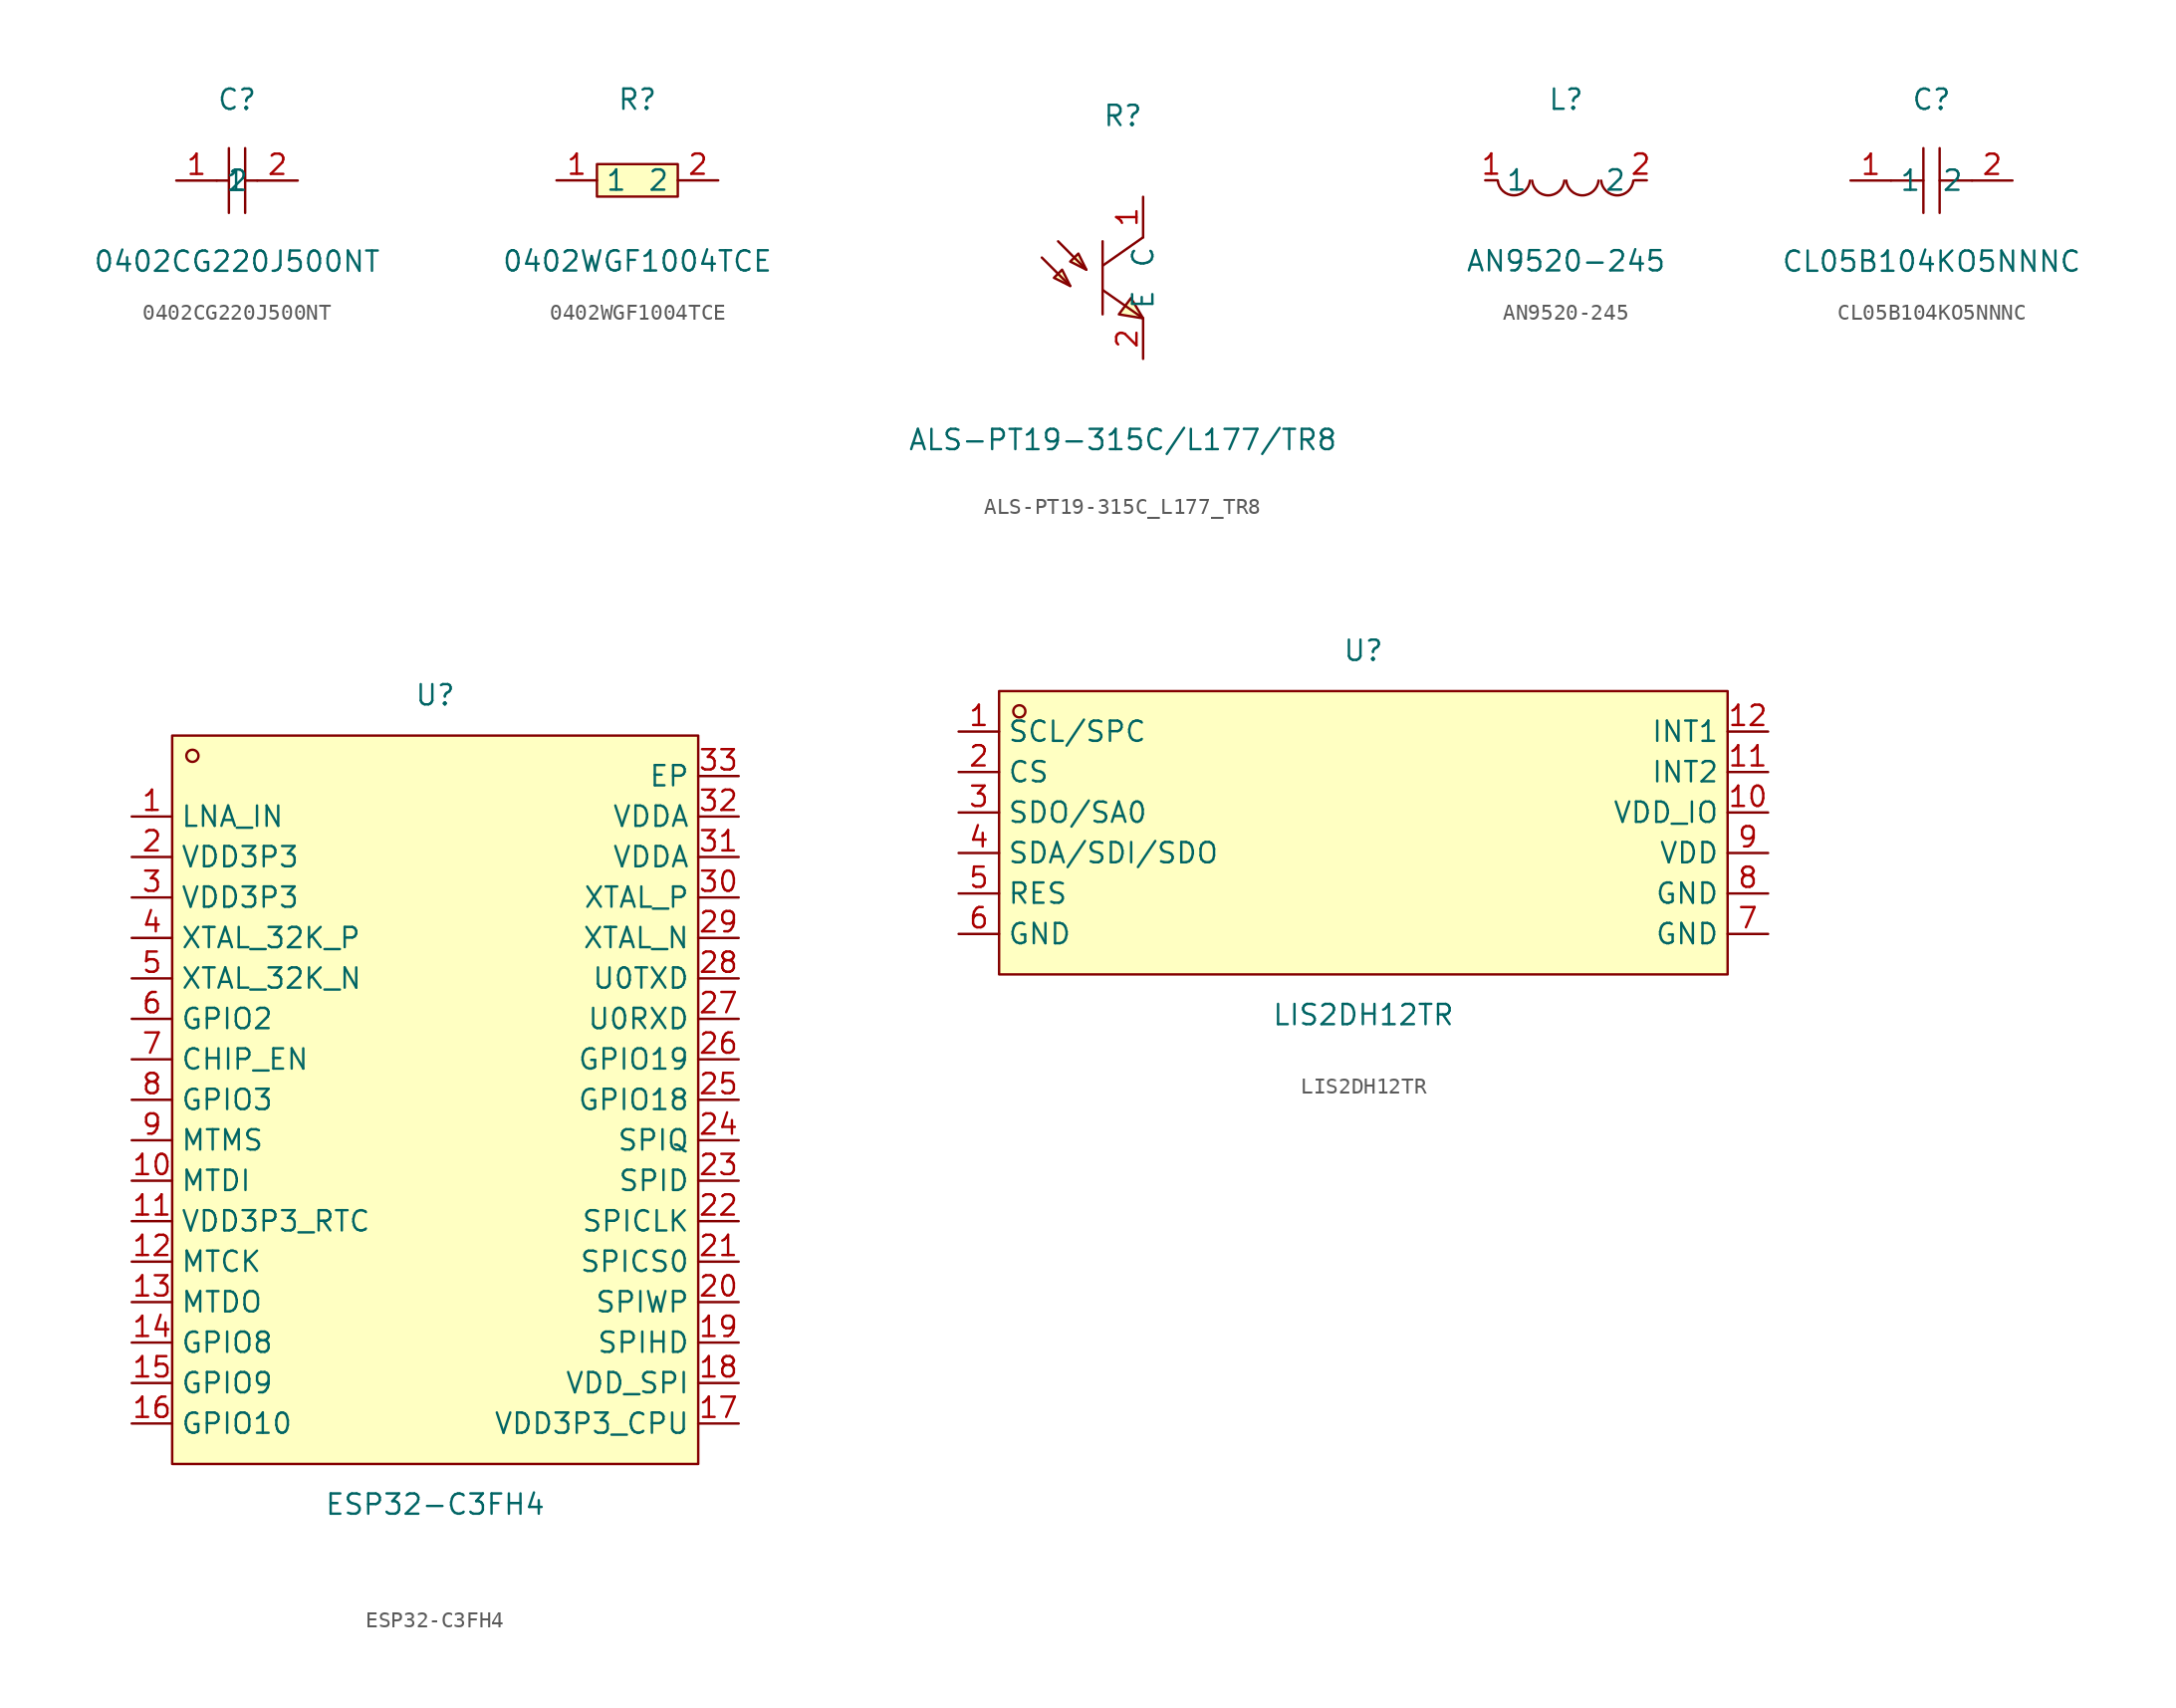
<source format=kicad_sym>
(kicad_symbol_lib
  (version 20211014)
  (generator https://github.com/uPesy/easyeda2kicad.py)
  (symbol "0402CG220J500NT"
    (property "Reference" "C"
      (at 0 5.08 0)
      (effects (font (size 1.27 1.27))))
    (property "Value" "0402CG220J500NT"
      (at 0 -5.08 0)
      (effects (font (size 1.27 1.27))))
    (symbol "0402CG220J500NT_0_1"
      (polyline (pts (xy -0.51 2.03) (xy -0.51 -2.03)) (stroke (width 0) (type default) (color 0 0 0 0)) (fill (type none)))
      (polyline (pts (xy 0.51 2.03) (xy 0.51 -2.03)) (stroke (width 0) (type default) (color 0 0 0 0)) (fill (type none)))
      (polyline (pts (xy -1.27 -0.00) (xy -0.51 -0.00)) (stroke (width 0) (type default) (color 0 0 0 0)) (fill (type none)))
      (polyline (pts (xy 0.51 -0.00) (xy 1.27 -0.00)) (stroke (width 0) (type default) (color 0 0 0 0)) (fill (type none)))
      (pin input line (at -3.81 -0.00 0) (length 2.54) (name "1" (effects (font (size 1.27 1.27)))) (number "1" (effects (font (size 1.27 1.27)))))
      (pin input line (at 3.81 -0.00 180) (length 2.54) (name "2" (effects (font (size 1.27 1.27)))) (number "2" (effects (font (size 1.27 1.27)))))))
  (symbol "0402WGF1004TCE"
    (property "Reference" "R"
      (at 0 5.08 0)
      (effects (font (size 1.27 1.27))))
    (property "Value" "0402WGF1004TCE"
      (at 0 -5.08 0)
      (effects (font (size 1.27 1.27))))
    (symbol "0402WGF1004TCE_0_1"
      (rectangle (start -2.54 1.02) (end 2.54 -1.02) (stroke (width 0) (type default) (color 0 0 0 0)) (fill (type background)))
      (pin input line (at 5.08 -0.00 180) (length 2.54) (name "2" (effects (font (size 1.27 1.27)))) (number "2" (effects (font (size 1.27 1.27)))))
      (pin input line (at -5.08 -0.00 0) (length 2.54) (name "1" (effects (font (size 1.27 1.27)))) (number "1" (effects (font (size 1.27 1.27)))))))
  (symbol "ALS-PT19-315C_L177_TR8"
    (property "Reference" "R"
      (at 0 10.16 0)
      (effects (font (size 1.27 1.27))))
    (property "Value" "ALS-PT19-315C/L177/TR8"
      (at 0 -10.16 0)
      (effects (font (size 1.27 1.27))))
    (symbol "ALS-PT19-315C_L177_TR8_0_1"
      (polyline (pts (xy -4.06 2.29) (xy -2.29 0.51)) (stroke (width 0) (type default) (color 0 0 0 0)) (fill (type none)))
      (polyline (pts (xy -5.08 1.27) (xy -3.30 -0.51)) (stroke (width 0) (type default) (color 0 0 0 0)) (fill (type none)))
      (polyline (pts (xy -1.27 2.29) (xy -1.27 -2.29)) (stroke (width 0) (type default) (color 0 0 0 0)) (fill (type none)))
      (polyline (pts (xy -1.27 -0.76) (xy 1.27 -2.54)) (stroke (width 0) (type default) (color 0 0 0 0)) (fill (type none)))
      (polyline (pts (xy 1.27 2.54) (xy -1.27 0.76)) (stroke (width 0) (type default) (color 0 0 0 0)) (fill (type none)))
      (polyline (pts (xy -2.29 0.51) (xy -2.79 1.52) (xy -3.30 1.02) (xy -2.29 0.51)) (stroke (width 0) (type default) (color 0 0 0 0)) (fill (type background)))
      (polyline (pts (xy -3.30 -0.51) (xy -3.81 0.51) (xy -4.32 -0.00) (xy -3.30 -0.51)) (stroke (width 0) (type default) (color 0 0 0 0)) (fill (type background)))
      (polyline (pts (xy 1.27 -2.54) (xy 0.51 -1.27) (xy -0.25 -2.29) (xy 1.27 -2.54)) (stroke (width 0) (type default) (color 0 0 0 0)) (fill (type background)))
      (pin input line (at 1.27 -5.08 90) (length 2.54) (name "E" (effects (font (size 1.27 1.27)))) (number "2" (effects (font (size 1.27 1.27)))))
      (pin input line (at 1.27 5.08 270) (length 2.54) (name "C" (effects (font (size 1.27 1.27)))) (number "1" (effects (font (size 1.27 1.27)))))))
  (symbol "AN9520-245"
    (property "Reference" "L"
      (at 0 5.08 0)
      (effects (font (size 1.27 1.27))))
    (property "Value" "AN9520-245"
      (at 0 -5.08 0)
      (effects (font (size 1.27 1.27))))
    (symbol "AN9520-245_0_1"
      (arc (start -4.29 -0.02) (mid -2.81 -1.01) (end -2.27 -0.02) (stroke (width 0) (type default) (color 0 0 0 0)) (fill (type none)))
      (arc (start -2.13 -0.02) (mid -0.66 -1.01) (end -0.11 -0.02) (stroke (width 0) (type default) (color 0 0 0 0)) (fill (type none)))
      (arc (start 0.02 -0.02) (mid 1.49 -1.01) (end 2.04 -0.02) (stroke (width 0) (type default) (color 0 0 0 0)) (fill (type none)))
      (arc (start 2.21 -0.02) (mid 3.68 -1.01) (end 4.23 -0.02) (stroke (width 0) (type default) (color 0 0 0 0)) (fill (type none)))
      (pin unspecified line (at 5.08 -0.00 180) (length 0.762) (name "2" (effects (font (size 1.27 1.27)))) (number "2" (effects (font (size 1.27 1.27)))))
      (pin unspecified line (at -5.08 -0.00 0) (length 0.762) (name "1" (effects (font (size 1.27 1.27)))) (number "1" (effects (font (size 1.27 1.27)))))))
  (symbol "CL05B104KO5NNNC"
    (property "Reference" "C"
      (at 0 5.08 0)
      (effects (font (size 1.27 1.27))))
    (property "Value" "CL05B104KO5NNNC"
      (at 0 -5.08 0)
      (effects (font (size 1.27 1.27))))
    (symbol "CL05B104KO5NNNC_0_1"
      (polyline (pts (xy -0.51 -0.00) (xy -2.54 -0.00)) (stroke (width 0) (type default) (color 0 0 0 0)) (fill (type none)))
      (polyline (pts (xy 0.51 2.03) (xy 0.51 -2.03)) (stroke (width 0) (type default) (color 0 0 0 0)) (fill (type none)))
      (polyline (pts (xy 2.54 -0.00) (xy 0.51 -0.00)) (stroke (width 0) (type default) (color 0 0 0 0)) (fill (type none)))
      (polyline (pts (xy -0.51 -2.03) (xy -0.51 2.03)) (stroke (width 0) (type default) (color 0 0 0 0)) (fill (type none)))
      (pin unspecified line (at 5.08 -0.00 180) (length 2.54) (name "2" (effects (font (size 1.27 1.27)))) (number "2" (effects (font (size 1.27 1.27)))))
      (pin unspecified line (at -5.08 -0.00 0) (length 2.54) (name "1" (effects (font (size 1.27 1.27)))) (number "1" (effects (font (size 1.27 1.27)))))))
  (symbol "ESP32-C3FH4"
    (property "Reference" "U"
      (at 0 25.40 0)
      (effects (font (size 1.27 1.27))))
    (property "Value" "ESP32-C3FH4"
      (at 0 -25.40 0)
      (effects (font (size 1.27 1.27))))
    (symbol "ESP32-C3FH4_0_1"
      (rectangle (start -16.51 22.86) (end 16.51 -22.86) (stroke (width 0) (type default) (color 0 0 0 0)) (fill (type background)))
      (circle (center -15.24 21.59) (radius 0.38) (stroke (width 0) (type default) (color 0 0 0 0)) (fill (type none)))
      (pin unspecified line (at -19.05 17.78 0) (length 2.54) (name "LNA_IN" (effects (font (size 1.27 1.27)))) (number "1" (effects (font (size 1.27 1.27)))))
      (pin unspecified line (at -19.05 15.24 0) (length 2.54) (name "VDD3P3" (effects (font (size 1.27 1.27)))) (number "2" (effects (font (size 1.27 1.27)))))
      (pin unspecified line (at -19.05 12.70 0) (length 2.54) (name "VDD3P3" (effects (font (size 1.27 1.27)))) (number "3" (effects (font (size 1.27 1.27)))))
      (pin unspecified line (at -19.05 10.16 0) (length 2.54) (name "XTAL_32K_P" (effects (font (size 1.27 1.27)))) (number "4" (effects (font (size 1.27 1.27)))))
      (pin unspecified line (at -19.05 7.62 0) (length 2.54) (name "XTAL_32K_N" (effects (font (size 1.27 1.27)))) (number "5" (effects (font (size 1.27 1.27)))))
      (pin unspecified line (at -19.05 5.08 0) (length 2.54) (name "GPIO2" (effects (font (size 1.27 1.27)))) (number "6" (effects (font (size 1.27 1.27)))))
      (pin unspecified line (at -19.05 2.54 0) (length 2.54) (name "CHIP_EN" (effects (font (size 1.27 1.27)))) (number "7" (effects (font (size 1.27 1.27)))))
      (pin unspecified line (at -19.05 -0.00 0) (length 2.54) (name "GPIO3" (effects (font (size 1.27 1.27)))) (number "8" (effects (font (size 1.27 1.27)))))
      (pin unspecified line (at -19.05 -2.54 0) (length 2.54) (name "MTMS" (effects (font (size 1.27 1.27)))) (number "9" (effects (font (size 1.27 1.27)))))
      (pin unspecified line (at -19.05 -5.08 0) (length 2.54) (name "MTDI" (effects (font (size 1.27 1.27)))) (number "10" (effects (font (size 1.27 1.27)))))
      (pin unspecified line (at -19.05 -7.62 0) (length 2.54) (name "VDD3P3_RTC" (effects (font (size 1.27 1.27)))) (number "11" (effects (font (size 1.27 1.27)))))
      (pin unspecified line (at -19.05 -10.16 0) (length 2.54) (name "MTCK" (effects (font (size 1.27 1.27)))) (number "12" (effects (font (size 1.27 1.27)))))
      (pin unspecified line (at -19.05 -12.70 0) (length 2.54) (name "MTDO" (effects (font (size 1.27 1.27)))) (number "13" (effects (font (size 1.27 1.27)))))
      (pin unspecified line (at -19.05 -15.24 0) (length 2.54) (name "GPIO8" (effects (font (size 1.27 1.27)))) (number "14" (effects (font (size 1.27 1.27)))))
      (pin unspecified line (at -19.05 -17.78 0) (length 2.54) (name "GPIO9" (effects (font (size 1.27 1.27)))) (number "15" (effects (font (size 1.27 1.27)))))
      (pin unspecified line (at -19.05 -20.32 0) (length 2.54) (name "GPIO10" (effects (font (size 1.27 1.27)))) (number "16" (effects (font (size 1.27 1.27)))))
      (pin unspecified line (at 19.05 -20.32 180) (length 2.54) (name "VDD3P3_CPU" (effects (font (size 1.27 1.27)))) (number "17" (effects (font (size 1.27 1.27)))))
      (pin unspecified line (at 19.05 -17.78 180) (length 2.54) (name "VDD_SPI" (effects (font (size 1.27 1.27)))) (number "18" (effects (font (size 1.27 1.27)))))
      (pin unspecified line (at 19.05 -15.24 180) (length 2.54) (name "SPIHD" (effects (font (size 1.27 1.27)))) (number "19" (effects (font (size 1.27 1.27)))))
      (pin unspecified line (at 19.05 -12.70 180) (length 2.54) (name "SPIWP" (effects (font (size 1.27 1.27)))) (number "20" (effects (font (size 1.27 1.27)))))
      (pin unspecified line (at 19.05 -10.16 180) (length 2.54) (name "SPICS0" (effects (font (size 1.27 1.27)))) (number "21" (effects (font (size 1.27 1.27)))))
      (pin unspecified line (at 19.05 -7.62 180) (length 2.54) (name "SPICLK" (effects (font (size 1.27 1.27)))) (number "22" (effects (font (size 1.27 1.27)))))
      (pin unspecified line (at 19.05 -5.08 180) (length 2.54) (name "SPID" (effects (font (size 1.27 1.27)))) (number "23" (effects (font (size 1.27 1.27)))))
      (pin unspecified line (at 19.05 -2.54 180) (length 2.54) (name "SPIQ" (effects (font (size 1.27 1.27)))) (number "24" (effects (font (size 1.27 1.27)))))
      (pin unspecified line (at 19.05 -0.00 180) (length 2.54) (name "GPIO18" (effects (font (size 1.27 1.27)))) (number "25" (effects (font (size 1.27 1.27)))))
      (pin unspecified line (at 19.05 2.54 180) (length 2.54) (name "GPIO19" (effects (font (size 1.27 1.27)))) (number "26" (effects (font (size 1.27 1.27)))))
      (pin unspecified line (at 19.05 5.08 180) (length 2.54) (name "U0RXD" (effects (font (size 1.27 1.27)))) (number "27" (effects (font (size 1.27 1.27)))))
      (pin unspecified line (at 19.05 7.62 180) (length 2.54) (name "U0TXD" (effects (font (size 1.27 1.27)))) (number "28" (effects (font (size 1.27 1.27)))))
      (pin unspecified line (at 19.05 10.16 180) (length 2.54) (name "XTAL_N" (effects (font (size 1.27 1.27)))) (number "29" (effects (font (size 1.27 1.27)))))
      (pin unspecified line (at 19.05 12.70 180) (length 2.54) (name "XTAL_P" (effects (font (size 1.27 1.27)))) (number "30" (effects (font (size 1.27 1.27)))))
      (pin unspecified line (at 19.05 15.24 180) (length 2.54) (name "VDDA" (effects (font (size 1.27 1.27)))) (number "31" (effects (font (size 1.27 1.27)))))
      (pin unspecified line (at 19.05 17.78 180) (length 2.54) (name "VDDA" (effects (font (size 1.27 1.27)))) (number "32" (effects (font (size 1.27 1.27)))))
      (pin unspecified line (at 19.05 20.32 180) (length 2.54) (name "EP" (effects (font (size 1.27 1.27)))) (number "33" (effects (font (size 1.27 1.27)))))))
  (symbol "LIS2DH12TR"
    (property "Reference" "U"
      (at 0 11.43 0)
      (effects (font (size 1.27 1.27))))
    (property "Value" "LIS2DH12TR"
      (at 0 -11.43 0)
      (effects (font (size 1.27 1.27))))
    (symbol "LIS2DH12TR_0_1"
      (rectangle (start -22.86 8.89) (end 22.86 -8.89) (stroke (width 0) (type default) (color 0 0 0 0)) (fill (type background)))
      (circle (center -21.59 7.62) (radius 0.38) (stroke (width 0) (type default) (color 0 0 0 0)) (fill (type none)))
      (pin unspecified line (at -25.40 6.35 0) (length 2.54) (name "SCL/SPC" (effects (font (size 1.27 1.27)))) (number "1" (effects (font (size 1.27 1.27)))))
      (pin unspecified line (at -25.40 3.81 0) (length 2.54) (name "CS" (effects (font (size 1.27 1.27)))) (number "2" (effects (font (size 1.27 1.27)))))
      (pin unspecified line (at -25.40 1.27 0) (length 2.54) (name "SDO/SA0" (effects (font (size 1.27 1.27)))) (number "3" (effects (font (size 1.27 1.27)))))
      (pin unspecified line (at -25.40 -1.27 0) (length 2.54) (name "SDA/SDI/SDO" (effects (font (size 1.27 1.27)))) (number "4" (effects (font (size 1.27 1.27)))))
      (pin unspecified line (at -25.40 -3.81 0) (length 2.54) (name "RES" (effects (font (size 1.27 1.27)))) (number "5" (effects (font (size 1.27 1.27)))))
      (pin unspecified line (at -25.40 -6.35 0) (length 2.54) (name "GND" (effects (font (size 1.27 1.27)))) (number "6" (effects (font (size 1.27 1.27)))))
      (pin unspecified line (at 25.40 -6.35 180) (length 2.54) (name "GND" (effects (font (size 1.27 1.27)))) (number "7" (effects (font (size 1.27 1.27)))))
      (pin unspecified line (at 25.40 -3.81 180) (length 2.54) (name "GND" (effects (font (size 1.27 1.27)))) (number "8" (effects (font (size 1.27 1.27)))))
      (pin unspecified line (at 25.40 -1.27 180) (length 2.54) (name "VDD" (effects (font (size 1.27 1.27)))) (number "9" (effects (font (size 1.27 1.27)))))
      (pin unspecified line (at 25.40 1.27 180) (length 2.54) (name "VDD_IO" (effects (font (size 1.27 1.27)))) (number "10" (effects (font (size 1.27 1.27)))))
      (pin unspecified line (at 25.40 3.81 180) (length 2.54) (name "INT2" (effects (font (size 1.27 1.27)))) (number "11" (effects (font (size 1.27 1.27)))))
      (pin unspecified line (at 25.40 6.35 180) (length 2.54) (name "INT1" (effects (font (size 1.27 1.27)))) (number "12" (effects (font (size 1.27 1.27))))))))
</source>
